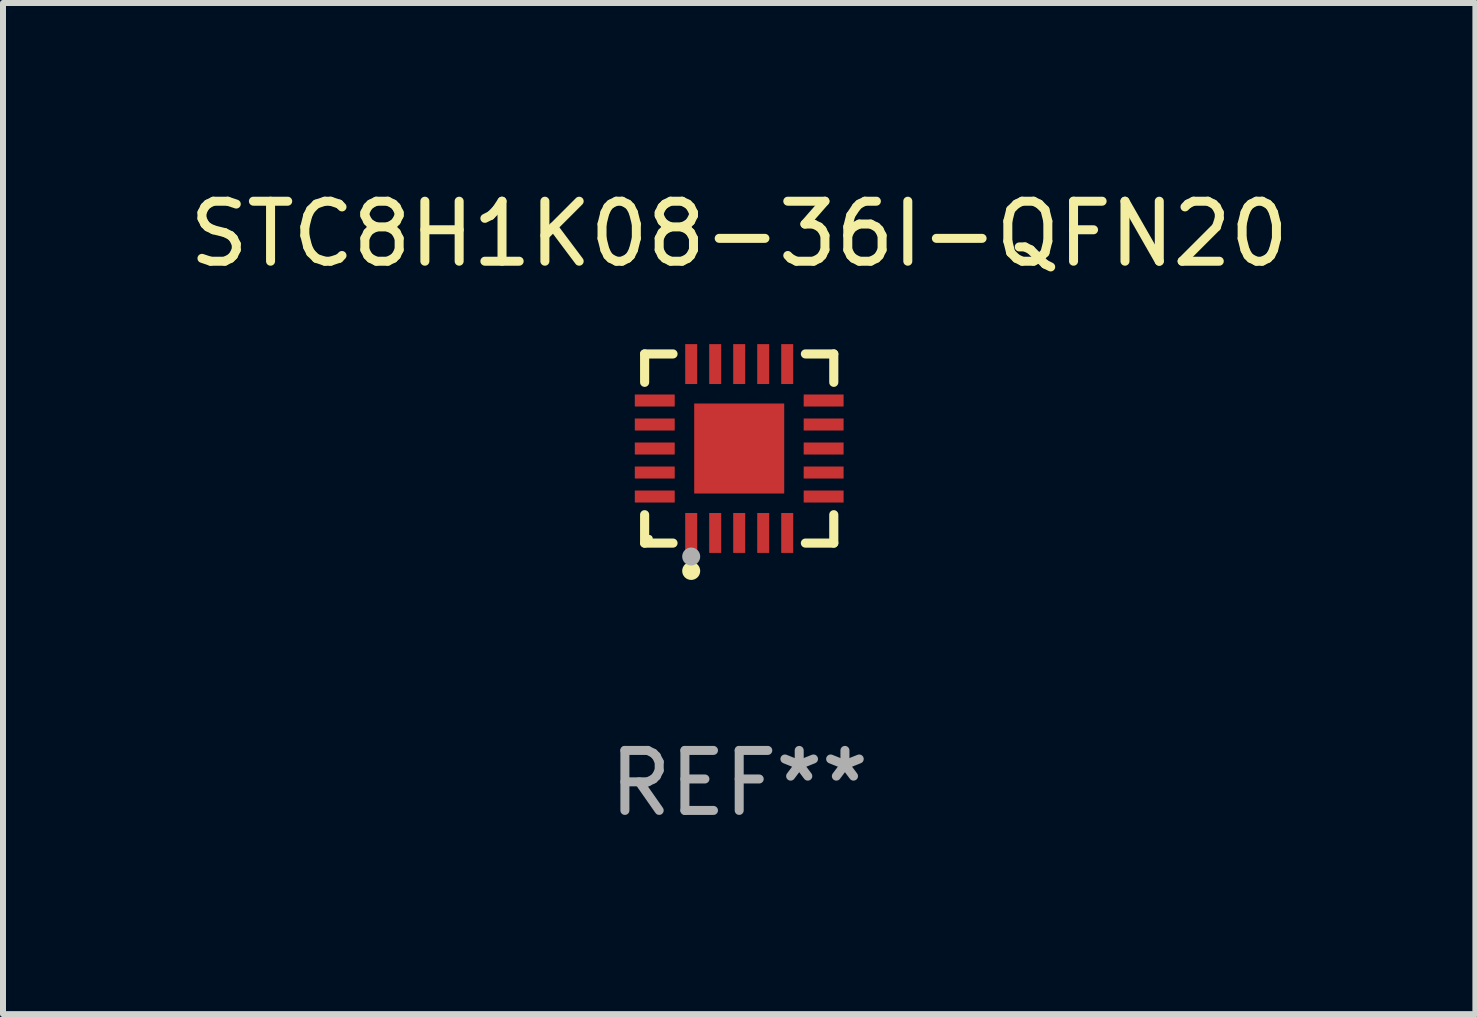
<source format=kicad_pcb>
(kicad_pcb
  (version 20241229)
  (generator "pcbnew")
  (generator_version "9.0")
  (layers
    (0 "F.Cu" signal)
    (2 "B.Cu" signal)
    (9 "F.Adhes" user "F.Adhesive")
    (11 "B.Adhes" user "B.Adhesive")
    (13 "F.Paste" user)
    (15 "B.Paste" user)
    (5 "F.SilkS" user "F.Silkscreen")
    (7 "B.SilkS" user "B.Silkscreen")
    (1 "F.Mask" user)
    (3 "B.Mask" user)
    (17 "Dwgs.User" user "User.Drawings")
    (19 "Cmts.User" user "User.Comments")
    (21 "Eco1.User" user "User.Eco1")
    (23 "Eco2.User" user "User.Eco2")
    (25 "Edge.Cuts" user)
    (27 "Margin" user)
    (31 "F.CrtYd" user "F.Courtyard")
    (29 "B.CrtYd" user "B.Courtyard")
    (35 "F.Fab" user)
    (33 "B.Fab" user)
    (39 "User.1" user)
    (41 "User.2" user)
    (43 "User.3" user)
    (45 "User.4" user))
  (footprint "STC8H1K08-36I-QFN20"
    (layer "F.Cu")
    (at 9.268 4.424)
    (property "Reference" "STC8H1K08-36I-QFN20" (at 0 -3.576 0) (layer "F.SilkS") (effects (font (size 1 1) (thickness 0.15))))
    (attr through_hole)
    (fp_line (start -1.576 -1.576) (end -1.103 -1.576) (stroke (width 0.152) (type solid)) (layer "F.SilkS"))
    (fp_line (start -1.576 -1.103) (end -1.576 -1.576) (stroke (width 0.152) (type solid)) (layer "F.SilkS"))
    (fp_line (start -1.576 1.103) (end -1.576 1.576) (stroke (width 0.152) (type solid)) (layer "F.SilkS"))
    (fp_line (start -1.576 1.576) (end -1.103 1.576) (stroke (width 0.152) (type solid)) (layer "F.SilkS"))
    (fp_line (start 1.576 -1.576) (end 1.103 -1.576) (stroke (width 0.152) (type solid)) (layer "F.SilkS"))
    (fp_line (start 1.576 -1.103) (end 1.576 -1.576) (stroke (width 0.152) (type solid)) (layer "F.SilkS"))
    (fp_line (start 1.576 1.103) (end 1.576 1.576) (stroke (width 0.152) (type solid)) (layer "F.SilkS"))
    (fp_line (start 1.576 1.576) (end 1.103 1.576) (stroke (width 0.152) (type solid)) (layer "F.SilkS"))
    (fp_circle (center -1.5 1.5) (end -1.47 1.5) (stroke (width 0.06) (type solid)) (fill no) (layer "F.SilkS"))
    (fp_circle (center -0.8 2.04) (end -0.725 2.04) (stroke (width 0.15) (type solid)) (fill no) (layer "F.SilkS"))
    (fp_circle (center -0.8 1.8) (end -0.725 1.8) (stroke (width 0.15) (type solid)) (fill no) (layer "F.Fab"))
    (fp_text user "REF**" (at 0 5.576 0) (layer "F.Fab") (effects (font (size 1 1) (thickness 0.15))))
    (pad "1" smd rect (at -0.8 1.407) (size 0.2 0.665) (layers "F.Cu" "F.Mask" "F.Paste"))
    (pad "2" smd rect (at -0.4 1.407) (size 0.2 0.665) (layers "F.Cu" "F.Mask" "F.Paste"))
    (pad "3" smd rect (at 0 1.407) (size 0.2 0.665) (layers "F.Cu" "F.Mask" "F.Paste"))
    (pad "4" smd rect (at 0.4 1.407) (size 0.2 0.665) (layers "F.Cu" "F.Mask" "F.Paste"))
    (pad "5" smd rect (at 0.8 1.407) (size 0.2 0.665) (layers "F.Cu" "F.Mask" "F.Paste"))
    (pad "6" smd rect (at 1.407 0.8) (size 0.665 0.2) (layers "F.Cu" "F.Mask" "F.Paste"))
    (pad "7" smd rect (at 1.407 0.4) (size 0.665 0.2) (layers "F.Cu" "F.Mask" "F.Paste"))
    (pad "8" smd rect (at 1.407 0) (size 0.665 0.2) (layers "F.Cu" "F.Mask" "F.Paste"))
    (pad "9" smd rect (at 1.407 -0.4) (size 0.665 0.2) (layers "F.Cu" "F.Mask" "F.Paste"))
    (pad "10" smd rect (at 1.407 -0.8) (size 0.665 0.2) (layers "F.Cu" "F.Mask" "F.Paste"))
    (pad "11" smd rect (at 0.8 -1.407) (size 0.2 0.665) (layers "F.Cu" "F.Mask" "F.Paste"))
    (pad "12" smd rect (at 0.4 -1.407) (size 0.2 0.665) (layers "F.Cu" "F.Mask" "F.Paste"))
    (pad "13" smd rect (at 0 -1.407) (size 0.2 0.665) (layers "F.Cu" "F.Mask" "F.Paste"))
    (pad "14" smd rect (at -0.4 -1.407) (size 0.2 0.665) (layers "F.Cu" "F.Mask" "F.Paste"))
    (pad "15" smd rect (at -0.8 -1.407) (size 0.2 0.665) (layers "F.Cu" "F.Mask" "F.Paste"))
    (pad "16" smd rect (at -1.407 -0.8) (size 0.665 0.2) (layers "F.Cu" "F.Mask" "F.Paste"))
    (pad "17" smd rect (at -1.407 -0.4) (size 0.665 0.2) (layers "F.Cu" "F.Mask" "F.Paste"))
    (pad "18" smd rect (at -1.407 0) (size 0.665 0.2) (layers "F.Cu" "F.Mask" "F.Paste"))
    (pad "19" smd rect (at -1.407 0.4) (size 0.665 0.2) (layers "F.Cu" "F.Mask" "F.Paste"))
    (pad "20" smd rect (at -1.407 0.8) (size 0.665 0.2) (layers "F.Cu" "F.Mask" "F.Paste"))
    (pad "21" smd rect (at 0 0) (size 1.5 1.5) (layers "F.Cu" "F.Mask" "F.Paste")))
  (gr_rect
    (start -3 -3)
    (end 21.536 13.849)
    (stroke (width 0.1) (type default))
    (fill no)
    (layer "Edge.Cuts")))
</source>
